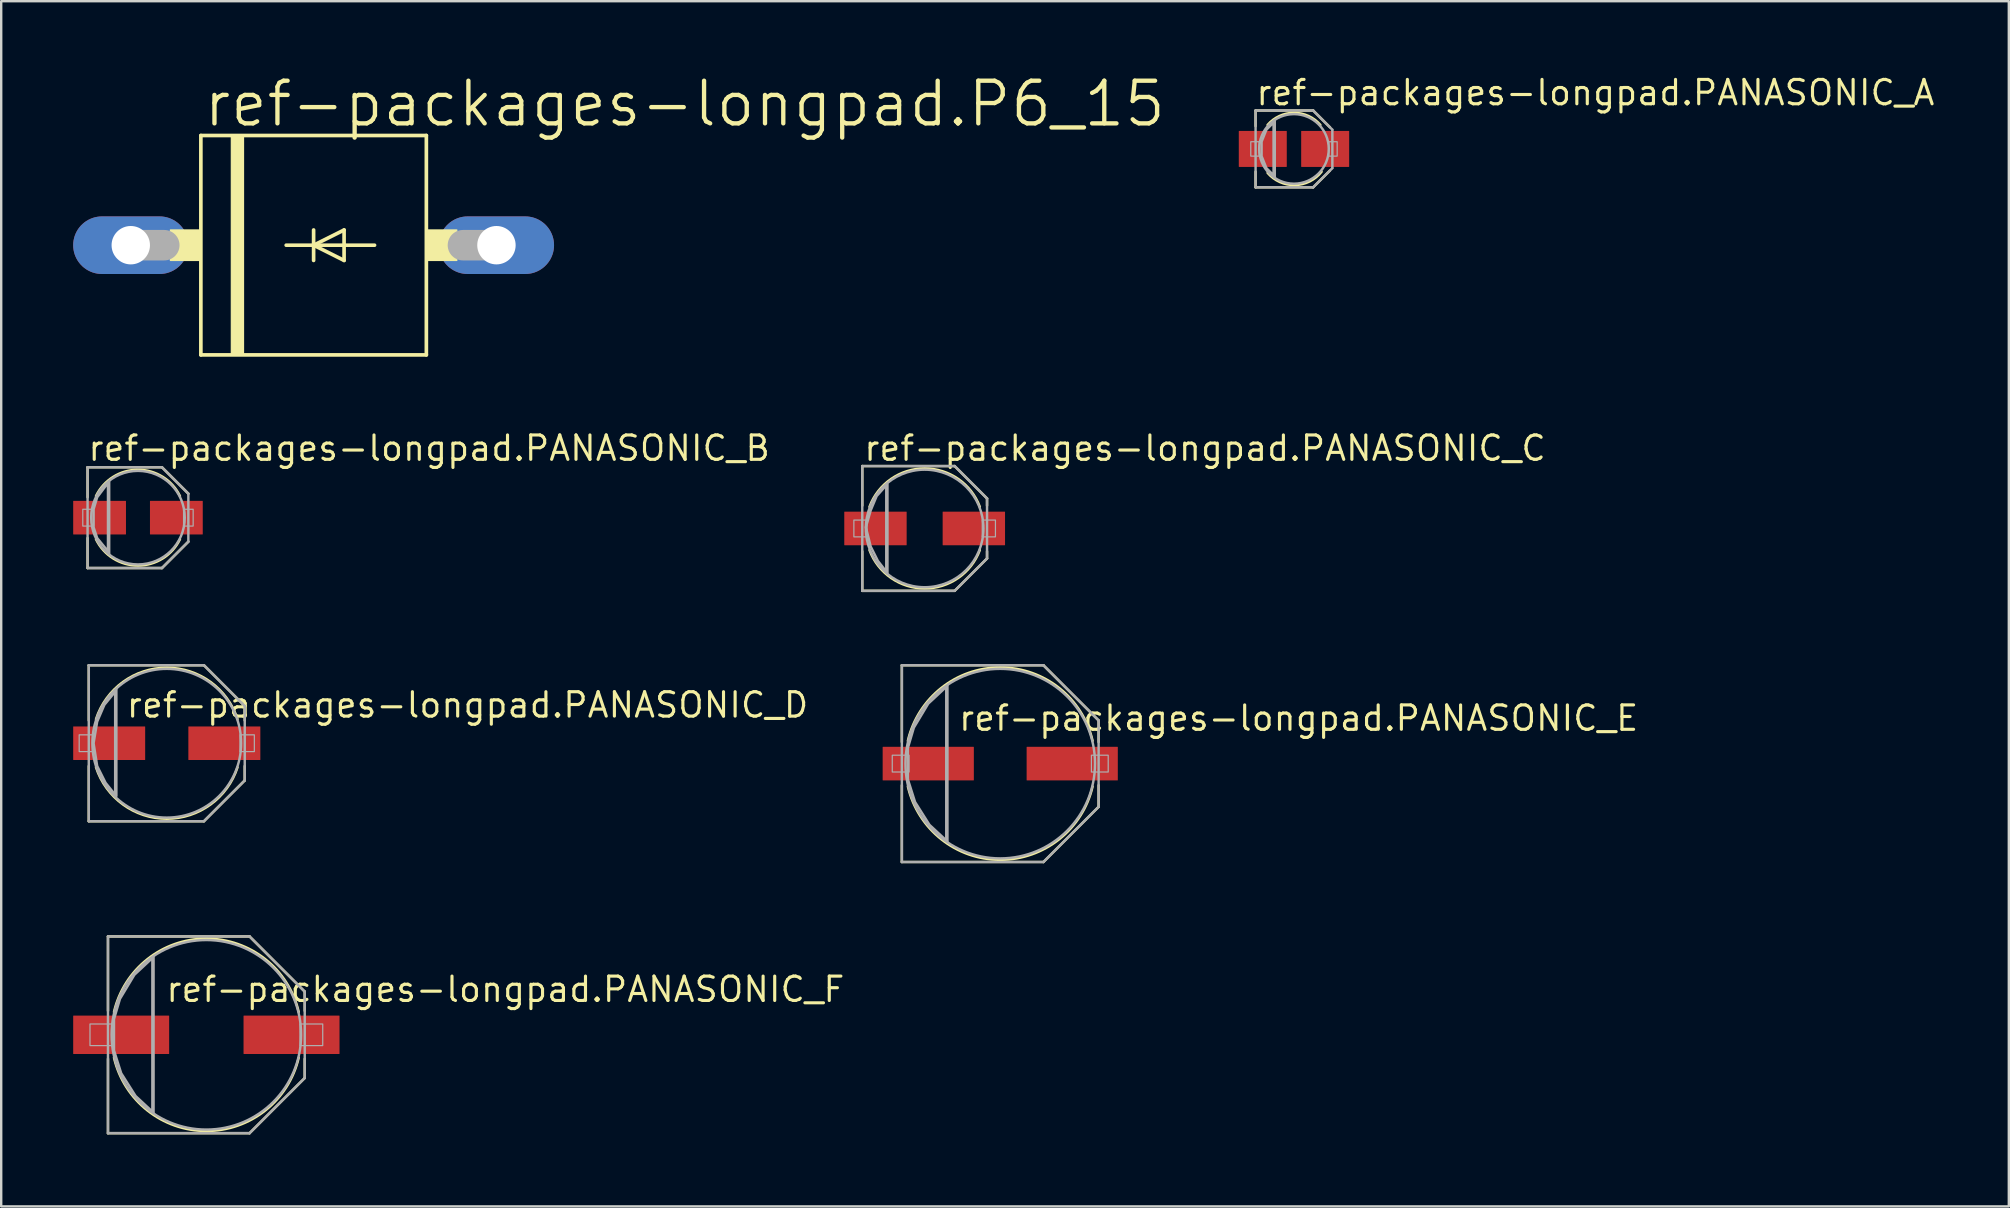
<source format=kicad_pcb>
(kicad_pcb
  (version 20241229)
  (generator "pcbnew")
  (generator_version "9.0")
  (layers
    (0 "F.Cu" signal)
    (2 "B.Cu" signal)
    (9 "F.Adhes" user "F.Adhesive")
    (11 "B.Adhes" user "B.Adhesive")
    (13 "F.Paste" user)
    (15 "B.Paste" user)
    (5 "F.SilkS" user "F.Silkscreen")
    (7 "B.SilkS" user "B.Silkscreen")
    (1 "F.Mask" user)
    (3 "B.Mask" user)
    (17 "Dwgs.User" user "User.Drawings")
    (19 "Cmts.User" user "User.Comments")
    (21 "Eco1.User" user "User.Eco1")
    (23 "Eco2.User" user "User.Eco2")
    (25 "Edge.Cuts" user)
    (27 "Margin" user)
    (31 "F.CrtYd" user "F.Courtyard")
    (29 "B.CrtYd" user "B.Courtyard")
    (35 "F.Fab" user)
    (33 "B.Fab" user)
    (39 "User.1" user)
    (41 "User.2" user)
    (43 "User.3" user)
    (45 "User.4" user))
  (footprint "ref-packages-longpad.PANASONIC_C"
    (layer "F.Cu")
    (at 35.486 18.974)
    (property "Reference" "ref-packages-longpad.PANASONIC_C" (at -2.6 -2.75 0) (layer "F.SilkS") (effects (font (size 1.016 1.016) (thickness 0.13)) (justify left bottom)))
    (attr smd)
    (fp_line (start -2.6 -2.6) (end 1.25 -2.6) (stroke (width 0.102) (type default)) (layer "F.SilkS"))
    (fp_line (start -2.6 -0.95) (end -2.6 -2.6) (stroke (width 0.102) (type default)) (layer "F.SilkS"))
    (fp_line (start -2.6 2.6) (end -2.6 0.95) (stroke (width 0.102) (type default)) (layer "F.SilkS"))
    (fp_line (start 1.25 -2.6) (end 2.6 -1.25) (stroke (width 0.102) (type default)) (layer "F.SilkS"))
    (fp_line (start 1.25 2.6) (end -2.6 2.6) (stroke (width 0.102) (type default)) (layer "F.SilkS"))
    (fp_line (start 2.6 -1.25) (end 2.6 -0.95) (stroke (width 0.102) (type default)) (layer "F.SilkS"))
    (fp_line (start 2.6 0.95) (end 2.6 1.25) (stroke (width 0.102) (type default)) (layer "F.SilkS"))
    (fp_line (start 2.6 1.25) (end 1.25 2.6) (stroke (width 0.102) (type default)) (layer "F.SilkS"))
    (fp_arc (start -2.3 -0.9008) (mid 0 -2.502121) (end 2.3 -0.9008) (stroke (width 0.1016) (type default)) (layer "F.SilkS"))
    (fp_arc (start 2.3 0.9008) (mid 0 2.502121) (end -2.3 0.9008) (stroke (width 0.1016) (type default)) (layer "F.SilkS"))
    (fp_line (start -2.6 -2.6) (end 1.25 -2.6) (stroke (width 0.102) (type default)) (layer "F.Fab"))
    (fp_line (start -2.6 2.6) (end -2.6 -2.6) (stroke (width 0.102) (type default)) (layer "F.Fab"))
    (fp_line (start -1.55 -1.85) (end -1.55 1.85) (stroke (width 0.102) (type default)) (layer "F.Fab"))
    (fp_line (start 1.25 -2.6) (end 2.6 -1.25) (stroke (width 0.102) (type default)) (layer "F.Fab"))
    (fp_line (start 1.25 2.6) (end -2.6 2.6) (stroke (width 0.102) (type default)) (layer "F.Fab"))
    (fp_line (start 2.6 -1.25) (end 2.6 1.25) (stroke (width 0.102) (type default)) (layer "F.Fab"))
    (fp_line (start 2.6 1.25) (end 1.25 2.6) (stroke (width 0.102) (type default)) (layer "F.Fab"))
    (fp_rect (start -2.95 0.35) (end -2.4 -0.35) (stroke (width 0.05) (type default)) (fill no) (layer "F.Fab"))
    (fp_rect (start 2.4 0.35) (end 2.95 -0.35) (stroke (width 0.05) (type default)) (fill no) (layer "F.Fab"))
    (fp_circle (center 0 0) (end 2.45 0) (stroke (width 0.102) (type default)) (fill no) (layer "F.Fab"))
    (fp_poly (pts (xy -1.6 -1.8) (xy -2 -1.35) (xy -2.25 -0.75) (xy -2.45 -0.05) (xy -2.25 0.75) (xy -1.95 1.35) (xy -1.6 1.8)) (stroke (width 0.102) (type default)) (fill no) (layer "F.Fab"))
    (pad "+" smd roundrect (at 2.05 0) (size 2.6 1.4) (layers "F.Cu" "F.Mask" "F.Paste") (roundrect_rratio 0.01))
    (pad "-" smd roundrect (at -2.05 0) (size 2.6 1.4) (layers "F.Cu" "F.Mask" "F.Paste") (roundrect_rratio 0.01)))
  (footprint "ref-packages-longpad.PANASONIC_F"
    (layer "F.Cu")
    (at 5.55 40.077)
    (property "Reference" "ref-packages-longpad.PANASONIC_F" (at -1.75 -1.3 0) (layer "F.SilkS") (effects (font (size 1.016 1.016) (thickness 0.13)) (justify left bottom)))
    (attr smd)
    (fp_line (start -4.1 -4.1) (end 1.8 -4.1) (stroke (width 0.102) (type default)) (layer "F.SilkS"))
    (fp_line (start -4.1 -1) (end -4.1 -4.1) (stroke (width 0.102) (type default)) (layer "F.SilkS"))
    (fp_line (start -4.1 4.1) (end -4.1 1) (stroke (width 0.102) (type default)) (layer "F.SilkS"))
    (fp_line (start 1.8 -4.1) (end 4.1 -1.8) (stroke (width 0.102) (type default)) (layer "F.SilkS"))
    (fp_line (start 1.8 4.1) (end -4.1 4.1) (stroke (width 0.102) (type default)) (layer "F.SilkS"))
    (fp_line (start 4.1 -1.8) (end 4.1 -1) (stroke (width 0.102) (type default)) (layer "F.SilkS"))
    (fp_line (start 4.1 1) (end 4.1 1.8) (stroke (width 0.102) (type default)) (layer "F.SilkS"))
    (fp_line (start 4.1 1.8) (end 1.8 4.1) (stroke (width 0.102) (type default)) (layer "F.SilkS"))
    (fp_arc (start -3.85 -0.9508) (mid 0 -4.009079) (end 3.85 -0.9508) (stroke (width 0.1016) (type default)) (layer "F.SilkS"))
    (fp_arc (start 3.85 0.9508) (mid 0 4.009079) (end -3.85 0.9508) (stroke (width 0.1016) (type default)) (layer "F.SilkS"))
    (fp_line (start -4.1 -4.1) (end 1.8 -4.1) (stroke (width 0.102) (type default)) (layer "F.Fab"))
    (fp_line (start -4.1 4.1) (end -4.1 -4.1) (stroke (width 0.102) (type default)) (layer "F.Fab"))
    (fp_line (start -2.2 -3.25) (end -2.2 3.25) (stroke (width 0.102) (type default)) (layer "F.Fab"))
    (fp_line (start 1.8 -4.1) (end 4.1 -1.8) (stroke (width 0.102) (type default)) (layer "F.Fab"))
    (fp_line (start 1.8 4.1) (end -4.1 4.1) (stroke (width 0.102) (type default)) (layer "F.Fab"))
    (fp_line (start 4.1 -1.8) (end 4.1 1.8) (stroke (width 0.102) (type default)) (layer "F.Fab"))
    (fp_line (start 4.1 1.8) (end 1.8 4.1) (stroke (width 0.102) (type default)) (layer "F.Fab"))
    (fp_rect (start -4.85 0.45) (end -3.9 -0.45) (stroke (width 0.05) (type default)) (fill no) (layer "F.Fab"))
    (fp_rect (start 3.9 0.45) (end 4.85 -0.45) (stroke (width 0.05) (type default)) (fill no) (layer "F.Fab"))
    (fp_circle (center 0 0) (end 3.95 0) (stroke (width 0.102) (type default)) (fill no) (layer "F.Fab"))
    (fp_circle (center 0 0) (end 4 0) (stroke (width 0.001) (type default)) (fill no) (layer "F.Fab"))
    (fp_poly (pts (xy -2.25 -3.2) (xy -3 -2.5) (xy -3.6 -1.5) (xy -3.85 -0.65) (xy -3.85 0.65) (xy -3.55 1.6) (xy -2.95 2.55) (xy -2.25 3.2) (xy -2.25 -3.15)) (stroke (width 0.102) (type default)) (fill no) (layer "F.Fab"))
    (pad "+" smd roundrect (at 3.55 0) (size 4 1.6) (layers "F.Cu" "F.Mask" "F.Paste") (roundrect_rratio 0.01))
    (pad "-" smd roundrect (at -3.55 0) (size 4 1.6) (layers "F.Cu" "F.Mask" "F.Paste") (roundrect_rratio 0.01)))
  (footprint "ref-packages-longpad.PANASONIC_D"
    (layer "F.Cu")
    (at 3.9 27.925)
    (property "Reference" "ref-packages-longpad.PANASONIC_D" (at -1.75 -1 0) (layer "F.SilkS") (effects (font (size 1.016 1.016) (thickness 0.13)) (justify left bottom)))
    (attr smd)
    (fp_line (start -3.25 -3.25) (end 1.55 -3.25) (stroke (width 0.102) (type default)) (layer "F.SilkS"))
    (fp_line (start -3.25 -0.95) (end -3.25 -3.25) (stroke (width 0.102) (type default)) (layer "F.SilkS"))
    (fp_line (start -3.25 3.25) (end -3.25 0.95) (stroke (width 0.102) (type default)) (layer "F.SilkS"))
    (fp_line (start 1.55 -3.25) (end 3.25 -1.55) (stroke (width 0.102) (type default)) (layer "F.SilkS"))
    (fp_line (start 1.55 3.25) (end -3.25 3.25) (stroke (width 0.102) (type default)) (layer "F.SilkS"))
    (fp_line (start 3.25 -1.55) (end 3.25 -0.95) (stroke (width 0.102) (type default)) (layer "F.SilkS"))
    (fp_line (start 3.25 0.95) (end 3.25 1.55) (stroke (width 0.102) (type default)) (layer "F.SilkS"))
    (fp_line (start 3.25 1.55) (end 1.55 3.25) (stroke (width 0.102) (type default)) (layer "F.SilkS"))
    (fp_arc (start -2.95 -1.0008) (mid 0 -3.148399) (end 2.95 -1.0008) (stroke (width 0.1016) (type default)) (layer "F.SilkS"))
    (fp_arc (start 2.95 1.0008) (mid 0 3.148399) (end -2.95 1.0008) (stroke (width 0.1016) (type default)) (layer "F.SilkS"))
    (fp_line (start -3.25 -3.25) (end 1.55 -3.25) (stroke (width 0.102) (type default)) (layer "F.Fab"))
    (fp_line (start -3.25 3.25) (end -3.25 -3.25) (stroke (width 0.102) (type default)) (layer "F.Fab"))
    (fp_line (start -2.1 -2.25) (end -2.1 2.2) (stroke (width 0.102) (type default)) (layer "F.Fab"))
    (fp_line (start 1.55 -3.25) (end 3.25 -1.55) (stroke (width 0.102) (type default)) (layer "F.Fab"))
    (fp_line (start 1.55 3.25) (end -3.25 3.25) (stroke (width 0.102) (type default)) (layer "F.Fab"))
    (fp_line (start 3.25 -1.55) (end 3.25 1.55) (stroke (width 0.102) (type default)) (layer "F.Fab"))
    (fp_line (start 3.25 1.55) (end 1.55 3.25) (stroke (width 0.102) (type default)) (layer "F.Fab"))
    (fp_rect (start -3.65 0.35) (end -3.05 -0.35) (stroke (width 0.05) (type default)) (fill no) (layer "F.Fab"))
    (fp_rect (start 3.05 0.35) (end 3.65 -0.35) (stroke (width 0.05) (type default)) (fill no) (layer "F.Fab"))
    (fp_circle (center 0 0) (end 3.1 0) (stroke (width 0.102) (type default)) (fill no) (layer "F.Fab"))
    (fp_poly (pts (xy -2.15 -2.15) (xy -2.6 -1.6) (xy -2.9 -0.9) (xy -3.05 0) (xy -2.9 0.95) (xy -2.55 1.65) (xy -2.15 2.15) (xy -2.15 -2.1)) (stroke (width 0.102) (type default)) (fill no) (layer "F.Fab"))
    (pad "+" smd roundrect (at 2.4 0) (size 3 1.4) (layers "F.Cu" "F.Mask" "F.Paste") (roundrect_rratio 0.01))
    (pad "-" smd roundrect (at -2.4 0) (size 3 1.4) (layers "F.Cu" "F.Mask" "F.Paste") (roundrect_rratio 0.01)))
  (footprint "ref-packages-longpad.PANASONIC_B"
    (layer "F.Cu")
    (at 2.7 18.524)
    (property "Reference" "ref-packages-longpad.PANASONIC_B" (at -2.15 -2.3 0) (layer "F.SilkS") (effects (font (size 1.016 1.016) (thickness 0.13)) (justify left bottom)))
    (attr smd)
    (fp_line (start -2.1 -2.1) (end 1 -2.1) (stroke (width 0.102) (type default)) (layer "F.SilkS"))
    (fp_line (start -2.1 -0.85) (end -2.1 -2.1) (stroke (width 0.102) (type default)) (layer "F.SilkS"))
    (fp_line (start -2.1 2.1) (end -2.1 0.85) (stroke (width 0.102) (type default)) (layer "F.SilkS"))
    (fp_line (start 1 -2.1) (end 2.1 -1) (stroke (width 0.102) (type default)) (layer "F.SilkS"))
    (fp_line (start 1 2.1) (end -2.1 2.1) (stroke (width 0.102) (type default)) (layer "F.SilkS"))
    (fp_line (start 2.1 1) (end 1 2.1) (stroke (width 0.102) (type default)) (layer "F.SilkS"))
    (fp_arc (start -1.75 -0.9008) (mid 0 -1.997773) (end 1.75 -0.9008) (stroke (width 0.1016) (type default)) (layer "F.SilkS"))
    (fp_arc (start 1.75 0.9008) (mid 0 1.997773) (end -1.75 0.9008) (stroke (width 0.1016) (type default)) (layer "F.SilkS"))
    (fp_line (start -2.1 -2.1) (end 1 -2.1) (stroke (width 0.102) (type default)) (layer "F.Fab"))
    (fp_line (start -2.1 2.1) (end -2.1 -2.1) (stroke (width 0.102) (type default)) (layer "F.Fab"))
    (fp_line (start -1.2 -1.5) (end -1.2 1.5) (stroke (width 0.102) (type default)) (layer "F.Fab"))
    (fp_line (start 1 -2.1) (end 2.1 -1) (stroke (width 0.102) (type default)) (layer "F.Fab"))
    (fp_line (start 1 2.1) (end -2.1 2.1) (stroke (width 0.102) (type default)) (layer "F.Fab"))
    (fp_line (start 2.1 -1) (end 2.1 1) (stroke (width 0.102) (type default)) (layer "F.Fab"))
    (fp_line (start 2.1 1) (end 1 2.1) (stroke (width 0.102) (type default)) (layer "F.Fab"))
    (fp_rect (start -2.3 0.35) (end -1.85 -0.35) (stroke (width 0.05) (type default)) (fill no) (layer "F.Fab"))
    (fp_rect (start 1.9 0.35) (end 2.3 -0.35) (stroke (width 0.05) (type default)) (fill no) (layer "F.Fab"))
    (fp_circle (center 0 0) (end 1.95 0) (stroke (width 0.102) (type default)) (fill no) (layer "F.Fab"))
    (fp_poly (pts (xy -1.25 -1.45) (xy -1.7 -0.85) (xy -1.85 -0.35) (xy -1.85 0.4) (xy -1.7 0.85) (xy -1.25 1.4) (xy -1.25 -1.4)) (stroke (width 0.102) (type default)) (fill no) (layer "F.Fab"))
    (pad "+" smd roundrect (at 1.6 0) (size 2.2 1.4) (layers "F.Cu" "F.Mask" "F.Paste") (roundrect_rratio 0.01))
    (pad "-" smd roundrect (at -1.6 0) (size 2.2 1.4) (layers "F.Cu" "F.Mask" "F.Paste") (roundrect_rratio 0.01)))
  (footprint "ref-packages-longpad.P6_15"
    (layer "F.Cu")
    (at 10.02 7.169)
    (property "Reference" "ref-packages-longpad.P6_15" (at -4.674 -4.851 0) (layer "F.SilkS") (effects (font (size 1.778 1.778) (thickness 0.18)) (justify left bottom)))
    (attr through_hole)
    (fp_line (start -4.699 -4.572) (end 4.699 -4.572) (stroke (width 0.152) (type default)) (layer "F.SilkS"))
    (fp_line (start -4.699 4.572) (end -4.699 -4.572) (stroke (width 0.152) (type default)) (layer "F.SilkS"))
    (fp_line (start -1.143 0) (end 0 0) (stroke (width 0.152) (type default)) (layer "F.SilkS"))
    (fp_line (start 0 -0.635) (end 0 0) (stroke (width 0.152) (type default)) (layer "F.SilkS"))
    (fp_line (start 0 0) (end 0 0.635) (stroke (width 0.152) (type default)) (layer "F.SilkS"))
    (fp_line (start 0 0) (end 1.27 -0.635) (stroke (width 0.152) (type default)) (layer "F.SilkS"))
    (fp_line (start 0 0) (end 2.54 0) (stroke (width 0.152) (type default)) (layer "F.SilkS"))
    (fp_line (start 1.27 -0.635) (end 1.27 0.635) (stroke (width 0.152) (type default)) (layer "F.SilkS"))
    (fp_line (start 1.27 0.635) (end 0 0) (stroke (width 0.152) (type default)) (layer "F.SilkS"))
    (fp_line (start 4.699 -4.572) (end 4.699 4.572) (stroke (width 0.152) (type default)) (layer "F.SilkS"))
    (fp_line (start 4.699 4.572) (end -4.699 4.572) (stroke (width 0.152) (type default)) (layer "F.SilkS"))
    (fp_rect (start -5.969 0.635) (end -4.699 -0.635) (stroke (width 0.05) (type default)) (fill yes) (layer "F.SilkS"))
    (fp_rect (start -3.429 4.572) (end -2.921 -4.572) (stroke (width 0.05) (type default)) (fill yes) (layer "F.SilkS"))
    (fp_rect (start 4.699 0.635) (end 5.969 -0.635) (stroke (width 0.05) (type default)) (fill yes) (layer "F.SilkS"))
    (fp_line (start -7.62 0) (end -6.223 0) (stroke (width 1.27) (type default)) (layer "F.Fab"))
    (fp_line (start 7.62 0) (end 6.223 0) (stroke (width 1.27) (type default)) (layer "F.Fab"))
    (pad "A" thru_hole oval (at 7.62 0) (size 4.801 2.4) (drill 1.6) (layers "*.Cu" "*.Mask"))
    (pad "C" thru_hole oval (at -7.62 0) (size 4.801 2.4) (drill 1.6) (layers "*.Cu" "*.Mask")))
  (footprint "ref-packages-longpad.PANASONIC_A"
    (layer "F.Cu")
    (at 50.878 3.156)
    (property "Reference" "ref-packages-longpad.PANASONIC_A" (at -1.65 -1.75 0) (layer "F.SilkS") (effects (font (size 1.016 1.016) (thickness 0.13)) (justify left bottom)))
    (attr smd)
    (fp_line (start -1.6 -1.6) (end 0.8 -1.6) (stroke (width 0.102) (type default)) (layer "F.SilkS"))
    (fp_line (start -1.6 -0.95) (end -1.6 -1.6) (stroke (width 0.102) (type default)) (layer "F.SilkS"))
    (fp_line (start -1.6 1.6) (end -1.6 0.95) (stroke (width 0.102) (type default)) (layer "F.SilkS"))
    (fp_line (start 0.8 -1.6) (end 1.5 -0.9) (stroke (width 0.102) (type default)) (layer "F.SilkS"))
    (fp_line (start 0.8 1.6) (end -1.6 1.6) (stroke (width 0.102) (type default)) (layer "F.SilkS"))
    (fp_line (start 1.5 0.9) (end 0.8 1.6) (stroke (width 0.102) (type default)) (layer "F.SilkS"))
    (fp_arc (start -1.1 -1.0008) (mid 0 -1.504799) (end 1.1 -1.0008) (stroke (width 0.1016) (type default)) (layer "F.SilkS"))
    (fp_arc (start 1.1511 0.9508) (mid 0.03793 1.508165) (end -1.0989 1.0008) (stroke (width 0.1016) (type default)) (layer "F.SilkS"))
    (fp_line (start -1.6 -1.6) (end 0.8 -1.6) (stroke (width 0.102) (type default)) (layer "F.Fab"))
    (fp_line (start -1.6 1.6) (end -1.6 -1.6) (stroke (width 0.102) (type default)) (layer "F.Fab"))
    (fp_line (start -0.8 -1.2) (end -0.8 1.2) (stroke (width 0.102) (type default)) (layer "F.Fab"))
    (fp_line (start 0.8 -1.6) (end 1.6 -0.8) (stroke (width 0.102) (type default)) (layer "F.Fab"))
    (fp_line (start 0.8 1.6) (end -1.6 1.6) (stroke (width 0.102) (type default)) (layer "F.Fab"))
    (fp_line (start 1.6 -0.8) (end 1.6 0.8) (stroke (width 0.102) (type default)) (layer "F.Fab"))
    (fp_line (start 1.6 0.8) (end 0.8 1.6) (stroke (width 0.102) (type default)) (layer "F.Fab"))
    (fp_rect (start -1.8 0.3) (end -1.45 -0.3) (stroke (width 0.05) (type default)) (fill no) (layer "F.Fab"))
    (fp_rect (start 1.45 0.3) (end 1.8 -0.3) (stroke (width 0.05) (type default)) (fill no) (layer "F.Fab"))
    (fp_circle (center 0 0) (end 1.45 0) (stroke (width 0.102) (type default)) (fill no) (layer "F.Fab"))
    (fp_poly (pts (xy -0.85 -1.1) (xy -1.15 -0.8) (xy -1.35 -0.3) (xy -1.35 0.3) (xy -1.15 0.8) (xy -0.85 1.1) (xy -0.85 -1.05)) (stroke (width 0.102) (type default)) (fill no) (layer "F.Fab"))
    (pad "+" smd roundrect (at 1.3 0) (size 2 1.5) (layers "F.Cu" "F.Mask" "F.Paste") (roundrect_rratio 0.01))
    (pad "-" smd roundrect (at -1.3 0) (size 2 1.5) (layers "F.Cu" "F.Mask" "F.Paste") (roundrect_rratio 0.01)))
  (footprint "ref-packages-longpad.PANASONIC_E"
    (layer "F.Cu")
    (at 38.636 28.775)
    (property "Reference" "ref-packages-longpad.PANASONIC_E" (at -1.8 -1.3 0) (layer "F.SilkS") (effects (font (size 1.016 1.016) (thickness 0.13)) (justify left bottom)))
    (attr smd)
    (fp_line (start -4.1 -4.1) (end 1.8 -4.1) (stroke (width 0.102) (type default)) (layer "F.SilkS"))
    (fp_line (start -4.1 -0.9) (end -4.1 -4.1) (stroke (width 0.102) (type default)) (layer "F.SilkS"))
    (fp_line (start -4.1 4.1) (end -4.1 0.9) (stroke (width 0.102) (type default)) (layer "F.SilkS"))
    (fp_line (start 1.8 -4.1) (end 4.1 -1.8) (stroke (width 0.102) (type default)) (layer "F.SilkS"))
    (fp_line (start 1.8 4.1) (end -4.1 4.1) (stroke (width 0.102) (type default)) (layer "F.SilkS"))
    (fp_line (start 4.1 -1.8) (end 4.1 -0.9) (stroke (width 0.102) (type default)) (layer "F.SilkS"))
    (fp_line (start 4.1 0.9) (end 4.1 1.8) (stroke (width 0.102) (type default)) (layer "F.SilkS"))
    (fp_line (start 4.1 1.8) (end 1.8 4.1) (stroke (width 0.102) (type default)) (layer "F.SilkS"))
    (fp_arc (start -3.85 -0.9508) (mid 0 -4.009079) (end 3.85 -0.9508) (stroke (width 0.1016) (type default)) (layer "F.SilkS"))
    (fp_arc (start 3.85 0.9508) (mid 0 4.009079) (end -3.85 0.9508) (stroke (width 0.1016) (type default)) (layer "F.SilkS"))
    (fp_line (start -4.1 -4.1) (end 1.8 -4.1) (stroke (width 0.102) (type default)) (layer "F.Fab"))
    (fp_line (start -4.1 4.1) (end -4.1 -4.1) (stroke (width 0.102) (type default)) (layer "F.Fab"))
    (fp_line (start -2.2 -3.25) (end -2.2 3.25) (stroke (width 0.102) (type default)) (layer "F.Fab"))
    (fp_line (start 1.8 -4.1) (end 4.1 -1.8) (stroke (width 0.102) (type default)) (layer "F.Fab"))
    (fp_line (start 1.8 4.1) (end -4.1 4.1) (stroke (width 0.102) (type default)) (layer "F.Fab"))
    (fp_line (start 4.1 -1.8) (end 4.1 1.8) (stroke (width 0.102) (type default)) (layer "F.Fab"))
    (fp_line (start 4.1 1.8) (end 1.8 4.1) (stroke (width 0.102) (type default)) (layer "F.Fab"))
    (fp_rect (start -4.5 0.35) (end -3.8 -0.35) (stroke (width 0.05) (type default)) (fill no) (layer "F.Fab"))
    (fp_rect (start 3.8 0.35) (end 4.5 -0.35) (stroke (width 0.05) (type default)) (fill no) (layer "F.Fab"))
    (fp_circle (center 0 0) (end 3.95 0) (stroke (width 0.102) (type default)) (fill no) (layer "F.Fab"))
    (fp_poly (pts (xy -2.25 -3.2) (xy -3 -2.5) (xy -3.6 -1.5) (xy -3.85 -0.65) (xy -3.85 0.65) (xy -3.55 1.6) (xy -2.95 2.55) (xy -2.25 3.2) (xy -2.25 -3.15)) (stroke (width 0.102) (type default)) (fill no) (layer "F.Fab"))
    (pad "+" smd roundrect (at 3 0) (size 3.8 1.4) (layers "F.Cu" "F.Mask" "F.Paste") (roundrect_rratio 0.01))
    (pad "-" smd roundrect (at -3 0) (size 3.8 1.4) (layers "F.Cu" "F.Mask" "F.Paste") (roundrect_rratio 0.01)))
  (gr_rect
    (start -3 -3)
    (end 80.67 47.228)
    (stroke (width 0.1) (type default))
    (fill no)
    (layer "Edge.Cuts")))
</source>
